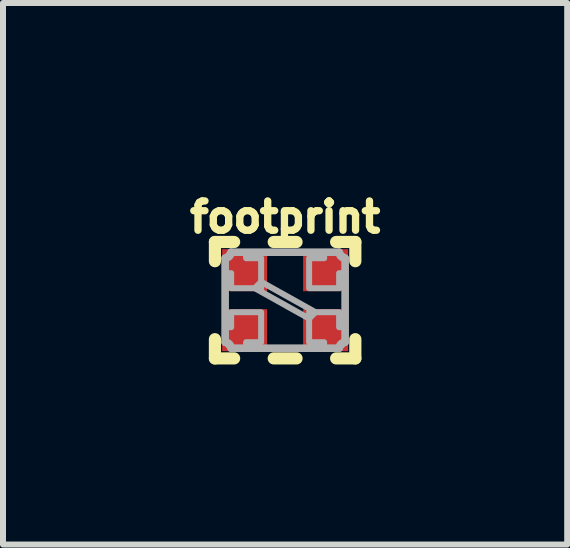
<source format=kicad_pcb>
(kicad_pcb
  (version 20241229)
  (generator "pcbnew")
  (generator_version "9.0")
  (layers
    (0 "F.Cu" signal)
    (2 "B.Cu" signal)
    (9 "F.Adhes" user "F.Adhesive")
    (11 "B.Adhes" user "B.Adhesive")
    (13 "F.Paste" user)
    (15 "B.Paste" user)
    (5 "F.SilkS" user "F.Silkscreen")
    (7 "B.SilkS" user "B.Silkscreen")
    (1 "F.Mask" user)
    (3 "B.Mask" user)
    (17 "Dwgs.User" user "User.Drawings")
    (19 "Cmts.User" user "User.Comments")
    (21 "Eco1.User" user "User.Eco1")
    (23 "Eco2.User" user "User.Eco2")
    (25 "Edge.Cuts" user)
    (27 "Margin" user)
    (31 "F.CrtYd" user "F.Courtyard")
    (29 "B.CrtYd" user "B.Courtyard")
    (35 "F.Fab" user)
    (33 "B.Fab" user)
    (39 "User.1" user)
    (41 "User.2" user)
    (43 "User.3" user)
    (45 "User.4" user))
  (footprint "footprint"
    (layer "F.Cu")
    (at 1.702 1.953)
    (property "Reference" "footprint" (at 0 -1.1 0) (layer "F.SilkS") (effects (font (size 0.488 0.488) (thickness 0.122)) (justify bottom)))
    (fp_line (start -1.17 -0.65) (end -1.17 -0.97) (stroke (width 0.203) (type solid)) (layer "F.SilkS"))
    (fp_line (start -1.17 0.65) (end -1.17 0.97) (stroke (width 0.203) (type solid)) (layer "F.SilkS"))
    (fp_line (start -0.85 -0.97) (end -1.17 -0.97) (stroke (width 0.203) (type solid)) (layer "F.SilkS"))
    (fp_line (start -0.85 0.97) (end -1.17 0.97) (stroke (width 0.203) (type solid)) (layer "F.SilkS"))
    (fp_line (start -0.19 0.97) (end 0.19 0.97) (stroke (width 0.203) (type solid)) (layer "F.SilkS"))
    (fp_line (start 0.19 -0.97) (end -0.19 -0.97) (stroke (width 0.203) (type solid)) (layer "F.SilkS"))
    (fp_line (start 0.85 -0.97) (end 1.17 -0.97) (stroke (width 0.203) (type solid)) (layer "F.SilkS"))
    (fp_line (start 0.85 0.97) (end 1.17 0.97) (stroke (width 0.203) (type solid)) (layer "F.SilkS"))
    (fp_line (start 1.17 -0.65) (end 1.17 -0.97) (stroke (width 0.203) (type solid)) (layer "F.SilkS"))
    (fp_line (start 1.17 0.65) (end 1.17 0.97) (stroke (width 0.203) (type solid)) (layer "F.SilkS"))
    (fp_line (start -1 -0.7) (end -1 0.7) (stroke (width 0.127) (type solid)) (layer "F.Fab"))
    (fp_line (start -0.9 0.8) (end 0.9 0.8) (stroke (width 0.127) (type solid)) (layer "F.Fab"))
    (fp_line (start 0.9 -0.8) (end -0.9 -0.8) (stroke (width 0.127) (type solid)) (layer "F.Fab"))
    (fp_line (start 1 0.7) (end 1 -0.7) (stroke (width 0.127) (type solid)) (layer "F.Fab"))
    (fp_arc (start -1 0.7) (mid -0.929289 0.729289) (end -0.9 0.8) (stroke (width 0.127) (type solid)) (layer "F.Fab"))
    (fp_arc (start -0.9 -0.8) (mid -0.929289 -0.729289) (end -1 -0.7) (stroke (width 0.127) (type solid)) (layer "F.Fab"))
    (fp_arc (start 0.9 0.8) (mid 0.929289 0.729289) (end 1 0.7) (stroke (width 0.127) (type solid)) (layer "F.Fab"))
    (fp_arc (start 1 -0.7) (mid 0.929289 -0.729289) (end 0.9 -0.8) (stroke (width 0.127) (type solid)) (layer "F.Fab"))
    (fp_poly (pts (xy 0.506 0.2) (xy 0.4 0.306) (xy -0.506 -0.2) (xy -0.4 -0.306)) (stroke (width 0.1) (type solid)) (fill no) (layer "F.Fab"))
    (fp_poly (pts (xy -0.65 -0.7) (xy -0.4 -0.7) (xy -0.4 -0.2) (xy -0.9 -0.2) (xy -0.9 -0.45) (xy -1 -0.45) (xy -1 -0.7) (xy -0.9 -0.8) (xy -0.65 -0.8)) (stroke (width 0.1) (type solid)) (fill no) (layer "F.Fab"))
    (fp_poly (pts (xy -0.4 0.7) (xy -0.65 0.7) (xy -0.65 0.8) (xy -0.9 0.8) (xy -1 0.7) (xy -1 0.45) (xy -0.9 0.45) (xy -0.9 0.2) (xy -0.4 0.2)) (stroke (width 0.1) (type solid)) (fill no) (layer "F.Fab"))
    (fp_poly (pts (xy 0.9 0.45) (xy 1 0.45) (xy 1 0.7) (xy 0.9 0.8) (xy 0.65 0.8) (xy 0.65 0.7) (xy 0.4 0.7) (xy 0.4 0.2) (xy 0.9 0.2)) (stroke (width 0.1) (type solid)) (fill no) (layer "F.Fab"))
    (fp_poly (pts (xy 1 -0.7) (xy 1 -0.45) (xy 0.9 -0.45) (xy 0.9 -0.2) (xy 0.4 -0.2) (xy 0.4 -0.7) (xy 0.65 -0.7) (xy 0.65 -0.8) (xy 0.9 -0.8)) (stroke (width 0.1) (type solid)) (fill no) (layer "F.Fab"))
    (pad "1" smd rect (at -0.675 0.5) (size 0.75 0.7) (layers "F.Cu" "F.Mask" "F.Paste"))
    (pad "2" smd rect (at 0.675 0.5 180) (size 0.75 0.7) (layers "F.Cu" "F.Mask" "F.Paste"))
    (pad "3" smd rect (at 0.675 -0.5 180) (size 0.75 0.7) (layers "F.Cu" "F.Mask" "F.Paste"))
    (pad "4" smd rect (at -0.675 -0.5) (size 0.75 0.7) (layers "F.Cu" "F.Mask" "F.Paste")))
  (gr_rect
    (start -3 -3)
    (end 6.403 6.025)
    (stroke (width 0.1) (type default))
    (fill no)
    (layer "Edge.Cuts")))
</source>
